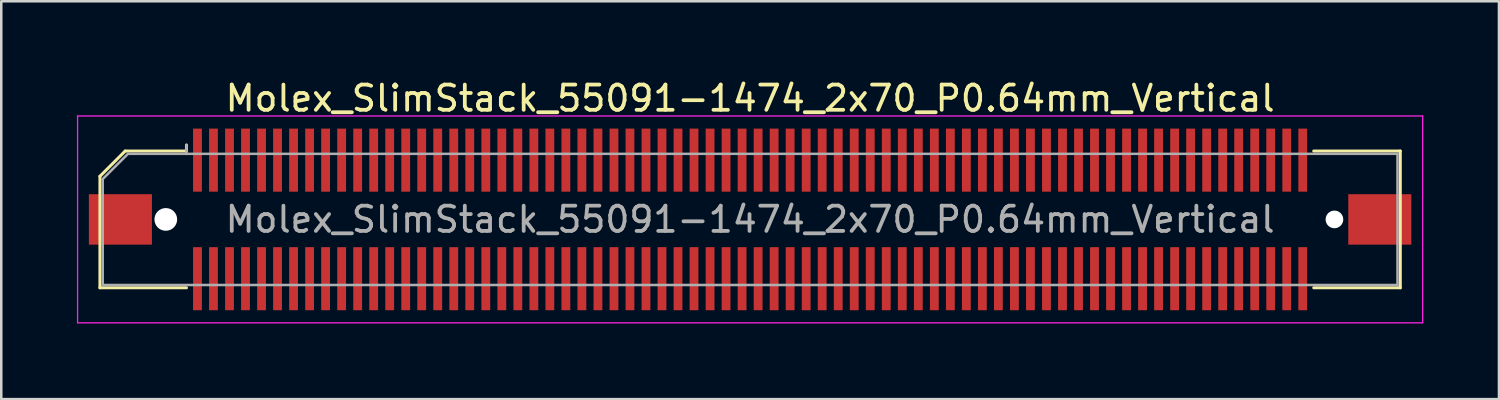
<source format=kicad_pcb>
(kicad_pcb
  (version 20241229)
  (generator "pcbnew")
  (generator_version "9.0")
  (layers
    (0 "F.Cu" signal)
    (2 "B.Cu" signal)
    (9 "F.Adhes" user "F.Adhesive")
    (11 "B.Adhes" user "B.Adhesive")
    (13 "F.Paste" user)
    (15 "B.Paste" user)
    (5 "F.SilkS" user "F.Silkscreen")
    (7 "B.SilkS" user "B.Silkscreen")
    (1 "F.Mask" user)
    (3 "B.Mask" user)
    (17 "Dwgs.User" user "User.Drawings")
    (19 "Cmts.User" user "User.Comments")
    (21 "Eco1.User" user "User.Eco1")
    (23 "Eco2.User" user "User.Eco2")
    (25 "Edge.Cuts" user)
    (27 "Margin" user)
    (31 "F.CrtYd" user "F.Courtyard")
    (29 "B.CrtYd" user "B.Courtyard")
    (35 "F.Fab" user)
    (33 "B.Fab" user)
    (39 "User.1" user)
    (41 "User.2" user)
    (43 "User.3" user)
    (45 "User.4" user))
  (footprint "Molex_SlimStack_55091-1474_2x70_P0.64mm_Vertical"
    (layer "F.Cu")
    (at 26.685 5.648)
    (property "Reference" "Molex_SlimStack_55091-1474_2x70_P0.64mm_Vertical" (at 0 -4.8 0) (layer "F.SilkS") (effects (font (size 1 1) (thickness 0.15))))
    (attr smd)
    (fp_line (start -25.773 -1.71) (end -24.773 -2.71) (stroke (width 0.12) (type solid)) (layer "F.SilkS"))
    (fp_line (start -25.773 2.71) (end -25.773 -1.71) (stroke (width 0.12) (type solid)) (layer "F.SilkS"))
    (fp_line (start -24.773 -2.71) (end -22.343 -2.71) (stroke (width 0.12) (type solid)) (layer "F.SilkS"))
    (fp_line (start -22.343 -2.71) (end -22.343 -2.95) (stroke (width 0.12) (type solid)) (layer "F.SilkS"))
    (fp_line (start -22.343 2.71) (end -25.773 2.71) (stroke (width 0.12) (type solid)) (layer "F.SilkS"))
    (fp_line (start 22.343 2.71) (end 25.773 2.71) (stroke (width 0.12) (type solid)) (layer "F.SilkS"))
    (fp_line (start 25.773 -2.71) (end 22.343 -2.71) (stroke (width 0.12) (type solid)) (layer "F.SilkS"))
    (fp_line (start 25.773 2.71) (end 25.773 -2.71) (stroke (width 0.12) (type solid)) (layer "F.SilkS"))
    (fp_line (start -26.66 -4.1) (end -26.66 4.1) (stroke (width 0.05) (type solid)) (layer "F.CrtYd"))
    (fp_line (start -26.66 4.1) (end 26.66 4.1) (stroke (width 0.05) (type solid)) (layer "F.CrtYd"))
    (fp_line (start 26.66 -4.1) (end -26.66 -4.1) (stroke (width 0.05) (type solid)) (layer "F.CrtYd"))
    (fp_line (start 26.66 4.1) (end 26.66 -4.1) (stroke (width 0.05) (type solid)) (layer "F.CrtYd"))
    (fp_line (start -25.663 -1.6) (end -24.663 -2.6) (stroke (width 0.1) (type solid)) (layer "F.Fab"))
    (fp_line (start -25.663 2.6) (end -25.663 -1.6) (stroke (width 0.1) (type solid)) (layer "F.Fab"))
    (fp_line (start -24.663 -2.6) (end 25.663 -2.6) (stroke (width 0.1) (type solid)) (layer "F.Fab"))
    (fp_line (start -22.343 -2.6) (end -22.343 -2.95) (stroke (width 0.1) (type solid)) (layer "F.Fab"))
    (fp_line (start 25.663 -2.6) (end 25.663 2.6) (stroke (width 0.1) (type solid)) (layer "F.Fab"))
    (fp_line (start 25.663 2.6) (end -25.663 2.6) (stroke (width 0.1) (type solid)) (layer "F.Fab"))
    (fp_text user "${REFERENCE}" (at 0 0 0) (layer "F.Fab") (effects (font (size 1 1) (thickness 0.15))))
    (pad "" smd rect (at -24.962 0) (size 2.5 2) (layers "F.Cu" "F.Mask" "F.Paste"))
    (pad "" np_thru_hole circle (at -23.163 0) (size 0.9 0.9) (drill 0.9) (layers "*.Cu" "*.Mask"))
    (pad "" np_thru_hole circle (at 23.163 0) (size 0.7 0.7) (drill 0.7) (layers "*.Cu" "*.Mask"))
    (pad "" smd rect (at 24.962 0) (size 2.5 2) (layers "F.Cu" "F.Mask" "F.Paste"))
    (pad "1" smd rect (at -21.907 -2.35) (size 0.35 2.5) (layers "F.Cu" "F.Mask" "F.Paste"))
    (pad "2" smd rect (at -21.907 2.35) (size 0.35 2.5) (layers "F.Cu" "F.Mask" "F.Paste"))
    (pad "3" smd rect (at -21.273 -2.35) (size 0.35 2.5) (layers "F.Cu" "F.Mask" "F.Paste"))
    (pad "4" smd rect (at -21.273 2.35) (size 0.35 2.5) (layers "F.Cu" "F.Mask" "F.Paste"))
    (pad "5" smd rect (at -20.637 -2.35) (size 0.35 2.5) (layers "F.Cu" "F.Mask" "F.Paste"))
    (pad "6" smd rect (at -20.637 2.35) (size 0.35 2.5) (layers "F.Cu" "F.Mask" "F.Paste"))
    (pad "7" smd rect (at -20.003 -2.35) (size 0.35 2.5) (layers "F.Cu" "F.Mask" "F.Paste"))
    (pad "8" smd rect (at -20.003 2.35) (size 0.35 2.5) (layers "F.Cu" "F.Mask" "F.Paste"))
    (pad "9" smd rect (at -19.367 -2.35) (size 0.35 2.5) (layers "F.Cu" "F.Mask" "F.Paste"))
    (pad "10" smd rect (at -19.367 2.35) (size 0.35 2.5) (layers "F.Cu" "F.Mask" "F.Paste"))
    (pad "11" smd rect (at -18.733 -2.35) (size 0.35 2.5) (layers "F.Cu" "F.Mask" "F.Paste"))
    (pad "12" smd rect (at -18.733 2.35) (size 0.35 2.5) (layers "F.Cu" "F.Mask" "F.Paste"))
    (pad "13" smd rect (at -18.098 -2.35) (size 0.35 2.5) (layers "F.Cu" "F.Mask" "F.Paste"))
    (pad "14" smd rect (at -18.098 2.35) (size 0.35 2.5) (layers "F.Cu" "F.Mask" "F.Paste"))
    (pad "15" smd rect (at -17.462 -2.35) (size 0.35 2.5) (layers "F.Cu" "F.Mask" "F.Paste"))
    (pad "16" smd rect (at -17.462 2.35) (size 0.35 2.5) (layers "F.Cu" "F.Mask" "F.Paste"))
    (pad "17" smd rect (at -16.828 -2.35) (size 0.35 2.5) (layers "F.Cu" "F.Mask" "F.Paste"))
    (pad "18" smd rect (at -16.828 2.35) (size 0.35 2.5) (layers "F.Cu" "F.Mask" "F.Paste"))
    (pad "19" smd rect (at -16.192 -2.35) (size 0.35 2.5) (layers "F.Cu" "F.Mask" "F.Paste"))
    (pad "20" smd rect (at -16.192 2.35) (size 0.35 2.5) (layers "F.Cu" "F.Mask" "F.Paste"))
    (pad "21" smd rect (at -15.557 -2.35) (size 0.35 2.5) (layers "F.Cu" "F.Mask" "F.Paste"))
    (pad "22" smd rect (at -15.557 2.35) (size 0.35 2.5) (layers "F.Cu" "F.Mask" "F.Paste"))
    (pad "23" smd rect (at -14.922 -2.35) (size 0.35 2.5) (layers "F.Cu" "F.Mask" "F.Paste"))
    (pad "24" smd rect (at -14.922 2.35) (size 0.35 2.5) (layers "F.Cu" "F.Mask" "F.Paste"))
    (pad "25" smd rect (at -14.287 -2.35) (size 0.35 2.5) (layers "F.Cu" "F.Mask" "F.Paste"))
    (pad "26" smd rect (at -14.287 2.35) (size 0.35 2.5) (layers "F.Cu" "F.Mask" "F.Paste"))
    (pad "27" smd rect (at -13.652 -2.35) (size 0.35 2.5) (layers "F.Cu" "F.Mask" "F.Paste"))
    (pad "28" smd rect (at -13.652 2.35) (size 0.35 2.5) (layers "F.Cu" "F.Mask" "F.Paste"))
    (pad "29" smd rect (at -13.018 -2.35) (size 0.35 2.5) (layers "F.Cu" "F.Mask" "F.Paste"))
    (pad "30" smd rect (at -13.018 2.35) (size 0.35 2.5) (layers "F.Cu" "F.Mask" "F.Paste"))
    (pad "31" smd rect (at -12.383 -2.35) (size 0.35 2.5) (layers "F.Cu" "F.Mask" "F.Paste"))
    (pad "32" smd rect (at -12.383 2.35) (size 0.35 2.5) (layers "F.Cu" "F.Mask" "F.Paste"))
    (pad "33" smd rect (at -11.748 -2.35) (size 0.35 2.5) (layers "F.Cu" "F.Mask" "F.Paste"))
    (pad "34" smd rect (at -11.748 2.35) (size 0.35 2.5) (layers "F.Cu" "F.Mask" "F.Paste"))
    (pad "35" smd rect (at -11.113 -2.35) (size 0.35 2.5) (layers "F.Cu" "F.Mask" "F.Paste"))
    (pad "36" smd rect (at -11.113 2.35) (size 0.35 2.5) (layers "F.Cu" "F.Mask" "F.Paste"))
    (pad "37" smd rect (at -10.477 -2.35) (size 0.35 2.5) (layers "F.Cu" "F.Mask" "F.Paste"))
    (pad "38" smd rect (at -10.477 2.35) (size 0.35 2.5) (layers "F.Cu" "F.Mask" "F.Paste"))
    (pad "39" smd rect (at -9.842 -2.35) (size 0.35 2.5) (layers "F.Cu" "F.Mask" "F.Paste"))
    (pad "40" smd rect (at -9.842 2.35) (size 0.35 2.5) (layers "F.Cu" "F.Mask" "F.Paste"))
    (pad "41" smd rect (at -9.207 -2.35) (size 0.35 2.5) (layers "F.Cu" "F.Mask" "F.Paste"))
    (pad "42" smd rect (at -9.207 2.35) (size 0.35 2.5) (layers "F.Cu" "F.Mask" "F.Paste"))
    (pad "43" smd rect (at -8.572 -2.35) (size 0.35 2.5) (layers "F.Cu" "F.Mask" "F.Paste"))
    (pad "44" smd rect (at -8.572 2.35) (size 0.35 2.5) (layers "F.Cu" "F.Mask" "F.Paste"))
    (pad "45" smd rect (at -7.938 -2.35) (size 0.35 2.5) (layers "F.Cu" "F.Mask" "F.Paste"))
    (pad "46" smd rect (at -7.938 2.35) (size 0.35 2.5) (layers "F.Cu" "F.Mask" "F.Paste"))
    (pad "47" smd rect (at -7.303 -2.35) (size 0.35 2.5) (layers "F.Cu" "F.Mask" "F.Paste"))
    (pad "48" smd rect (at -7.303 2.35) (size 0.35 2.5) (layers "F.Cu" "F.Mask" "F.Paste"))
    (pad "49" smd rect (at -6.668 -2.35) (size 0.35 2.5) (layers "F.Cu" "F.Mask" "F.Paste"))
    (pad "50" smd rect (at -6.668 2.35) (size 0.35 2.5) (layers "F.Cu" "F.Mask" "F.Paste"))
    (pad "51" smd rect (at -6.032 -2.35) (size 0.35 2.5) (layers "F.Cu" "F.Mask" "F.Paste"))
    (pad "52" smd rect (at -6.032 2.35) (size 0.35 2.5) (layers "F.Cu" "F.Mask" "F.Paste"))
    (pad "53" smd rect (at -5.397 -2.35) (size 0.35 2.5) (layers "F.Cu" "F.Mask" "F.Paste"))
    (pad "54" smd rect (at -5.397 2.35) (size 0.35 2.5) (layers "F.Cu" "F.Mask" "F.Paste"))
    (pad "55" smd rect (at -4.763 -2.35) (size 0.35 2.5) (layers "F.Cu" "F.Mask" "F.Paste"))
    (pad "56" smd rect (at -4.763 2.35) (size 0.35 2.5) (layers "F.Cu" "F.Mask" "F.Paste"))
    (pad "57" smd rect (at -4.128 -2.35) (size 0.35 2.5) (layers "F.Cu" "F.Mask" "F.Paste"))
    (pad "58" smd rect (at -4.128 2.35) (size 0.35 2.5) (layers "F.Cu" "F.Mask" "F.Paste"))
    (pad "59" smd rect (at -3.493 -2.35) (size 0.35 2.5) (layers "F.Cu" "F.Mask" "F.Paste"))
    (pad "60" smd rect (at -3.493 2.35) (size 0.35 2.5) (layers "F.Cu" "F.Mask" "F.Paste"))
    (pad "61" smd rect (at -2.857 -2.35) (size 0.35 2.5) (layers "F.Cu" "F.Mask" "F.Paste"))
    (pad "62" smd rect (at -2.857 2.35) (size 0.35 2.5) (layers "F.Cu" "F.Mask" "F.Paste"))
    (pad "63" smd rect (at -2.223 -2.35) (size 0.35 2.5) (layers "F.Cu" "F.Mask" "F.Paste"))
    (pad "64" smd rect (at -2.223 2.35) (size 0.35 2.5) (layers "F.Cu" "F.Mask" "F.Paste"))
    (pad "65" smd rect (at -1.587 -2.35) (size 0.35 2.5) (layers "F.Cu" "F.Mask" "F.Paste"))
    (pad "66" smd rect (at -1.587 2.35) (size 0.35 2.5) (layers "F.Cu" "F.Mask" "F.Paste"))
    (pad "67" smd rect (at -0.953 -2.35) (size 0.35 2.5) (layers "F.Cu" "F.Mask" "F.Paste"))
    (pad "68" smd rect (at -0.953 2.35) (size 0.35 2.5) (layers "F.Cu" "F.Mask" "F.Paste"))
    (pad "69" smd rect (at -0.318 -2.35) (size 0.35 2.5) (layers "F.Cu" "F.Mask" "F.Paste"))
    (pad "70" smd rect (at -0.318 2.35) (size 0.35 2.5) (layers "F.Cu" "F.Mask" "F.Paste"))
    (pad "71" smd rect (at 0.318 -2.35) (size 0.35 2.5) (layers "F.Cu" "F.Mask" "F.Paste"))
    (pad "72" smd rect (at 0.318 2.35) (size 0.35 2.5) (layers "F.Cu" "F.Mask" "F.Paste"))
    (pad "73" smd rect (at 0.953 -2.35) (size 0.35 2.5) (layers "F.Cu" "F.Mask" "F.Paste"))
    (pad "74" smd rect (at 0.953 2.35) (size 0.35 2.5) (layers "F.Cu" "F.Mask" "F.Paste"))
    (pad "75" smd rect (at 1.587 -2.35) (size 0.35 2.5) (layers "F.Cu" "F.Mask" "F.Paste"))
    (pad "76" smd rect (at 1.587 2.35) (size 0.35 2.5) (layers "F.Cu" "F.Mask" "F.Paste"))
    (pad "77" smd rect (at 2.223 -2.35) (size 0.35 2.5) (layers "F.Cu" "F.Mask" "F.Paste"))
    (pad "78" smd rect (at 2.223 2.35) (size 0.35 2.5) (layers "F.Cu" "F.Mask" "F.Paste"))
    (pad "79" smd rect (at 2.857 -2.35) (size 0.35 2.5) (layers "F.Cu" "F.Mask" "F.Paste"))
    (pad "80" smd rect (at 2.857 2.35) (size 0.35 2.5) (layers "F.Cu" "F.Mask" "F.Paste"))
    (pad "81" smd rect (at 3.493 -2.35) (size 0.35 2.5) (layers "F.Cu" "F.Mask" "F.Paste"))
    (pad "82" smd rect (at 3.493 2.35) (size 0.35 2.5) (layers "F.Cu" "F.Mask" "F.Paste"))
    (pad "83" smd rect (at 4.128 -2.35) (size 0.35 2.5) (layers "F.Cu" "F.Mask" "F.Paste"))
    (pad "84" smd rect (at 4.128 2.35) (size 0.35 2.5) (layers "F.Cu" "F.Mask" "F.Paste"))
    (pad "85" smd rect (at 4.763 -2.35) (size 0.35 2.5) (layers "F.Cu" "F.Mask" "F.Paste"))
    (pad "86" smd rect (at 4.763 2.35) (size 0.35 2.5) (layers "F.Cu" "F.Mask" "F.Paste"))
    (pad "87" smd rect (at 5.397 -2.35) (size 0.35 2.5) (layers "F.Cu" "F.Mask" "F.Paste"))
    (pad "88" smd rect (at 5.397 2.35) (size 0.35 2.5) (layers "F.Cu" "F.Mask" "F.Paste"))
    (pad "89" smd rect (at 6.032 -2.35) (size 0.35 2.5) (layers "F.Cu" "F.Mask" "F.Paste"))
    (pad "90" smd rect (at 6.032 2.35) (size 0.35 2.5) (layers "F.Cu" "F.Mask" "F.Paste"))
    (pad "91" smd rect (at 6.668 -2.35) (size 0.35 2.5) (layers "F.Cu" "F.Mask" "F.Paste"))
    (pad "92" smd rect (at 6.668 2.35) (size 0.35 2.5) (layers "F.Cu" "F.Mask" "F.Paste"))
    (pad "93" smd rect (at 7.303 -2.35) (size 0.35 2.5) (layers "F.Cu" "F.Mask" "F.Paste"))
    (pad "94" smd rect (at 7.303 2.35) (size 0.35 2.5) (layers "F.Cu" "F.Mask" "F.Paste"))
    (pad "95" smd rect (at 7.938 -2.35) (size 0.35 2.5) (layers "F.Cu" "F.Mask" "F.Paste"))
    (pad "96" smd rect (at 7.938 2.35) (size 0.35 2.5) (layers "F.Cu" "F.Mask" "F.Paste"))
    (pad "97" smd rect (at 8.572 -2.35) (size 0.35 2.5) (layers "F.Cu" "F.Mask" "F.Paste"))
    (pad "98" smd rect (at 8.572 2.35) (size 0.35 2.5) (layers "F.Cu" "F.Mask" "F.Paste"))
    (pad "99" smd rect (at 9.207 -2.35) (size 0.35 2.5) (layers "F.Cu" "F.Mask" "F.Paste"))
    (pad "100" smd rect (at 9.207 2.35) (size 0.35 2.5) (layers "F.Cu" "F.Mask" "F.Paste"))
    (pad "101" smd rect (at 9.842 -2.35) (size 0.35 2.5) (layers "F.Cu" "F.Mask" "F.Paste"))
    (pad "102" smd rect (at 9.842 2.35) (size 0.35 2.5) (layers "F.Cu" "F.Mask" "F.Paste"))
    (pad "103" smd rect (at 10.477 -2.35) (size 0.35 2.5) (layers "F.Cu" "F.Mask" "F.Paste"))
    (pad "104" smd rect (at 10.477 2.35) (size 0.35 2.5) (layers "F.Cu" "F.Mask" "F.Paste"))
    (pad "105" smd rect (at 11.113 -2.35) (size 0.35 2.5) (layers "F.Cu" "F.Mask" "F.Paste"))
    (pad "106" smd rect (at 11.113 2.35) (size 0.35 2.5) (layers "F.Cu" "F.Mask" "F.Paste"))
    (pad "107" smd rect (at 11.748 -2.35) (size 0.35 2.5) (layers "F.Cu" "F.Mask" "F.Paste"))
    (pad "108" smd rect (at 11.748 2.35) (size 0.35 2.5) (layers "F.Cu" "F.Mask" "F.Paste"))
    (pad "109" smd rect (at 12.383 -2.35) (size 0.35 2.5) (layers "F.Cu" "F.Mask" "F.Paste"))
    (pad "110" smd rect (at 12.383 2.35) (size 0.35 2.5) (layers "F.Cu" "F.Mask" "F.Paste"))
    (pad "111" smd rect (at 13.018 -2.35) (size 0.35 2.5) (layers "F.Cu" "F.Mask" "F.Paste"))
    (pad "112" smd rect (at 13.018 2.35) (size 0.35 2.5) (layers "F.Cu" "F.Mask" "F.Paste"))
    (pad "113" smd rect (at 13.652 -2.35) (size 0.35 2.5) (layers "F.Cu" "F.Mask" "F.Paste"))
    (pad "114" smd rect (at 13.652 2.35) (size 0.35 2.5) (layers "F.Cu" "F.Mask" "F.Paste"))
    (pad "115" smd rect (at 14.287 -2.35) (size 0.35 2.5) (layers "F.Cu" "F.Mask" "F.Paste"))
    (pad "116" smd rect (at 14.287 2.35) (size 0.35 2.5) (layers "F.Cu" "F.Mask" "F.Paste"))
    (pad "117" smd rect (at 14.922 -2.35) (size 0.35 2.5) (layers "F.Cu" "F.Mask" "F.Paste"))
    (pad "118" smd rect (at 14.922 2.35) (size 0.35 2.5) (layers "F.Cu" "F.Mask" "F.Paste"))
    (pad "119" smd rect (at 15.557 -2.35) (size 0.35 2.5) (layers "F.Cu" "F.Mask" "F.Paste"))
    (pad "120" smd rect (at 15.557 2.35) (size 0.35 2.5) (layers "F.Cu" "F.Mask" "F.Paste"))
    (pad "121" smd rect (at 16.192 -2.35) (size 0.35 2.5) (layers "F.Cu" "F.Mask" "F.Paste"))
    (pad "122" smd rect (at 16.192 2.35) (size 0.35 2.5) (layers "F.Cu" "F.Mask" "F.Paste"))
    (pad "123" smd rect (at 16.828 -2.35) (size 0.35 2.5) (layers "F.Cu" "F.Mask" "F.Paste"))
    (pad "124" smd rect (at 16.828 2.35) (size 0.35 2.5) (layers "F.Cu" "F.Mask" "F.Paste"))
    (pad "125" smd rect (at 17.462 -2.35) (size 0.35 2.5) (layers "F.Cu" "F.Mask" "F.Paste"))
    (pad "126" smd rect (at 17.462 2.35) (size 0.35 2.5) (layers "F.Cu" "F.Mask" "F.Paste"))
    (pad "127" smd rect (at 18.098 -2.35) (size 0.35 2.5) (layers "F.Cu" "F.Mask" "F.Paste"))
    (pad "128" smd rect (at 18.098 2.35) (size 0.35 2.5) (layers "F.Cu" "F.Mask" "F.Paste"))
    (pad "129" smd rect (at 18.733 -2.35) (size 0.35 2.5) (layers "F.Cu" "F.Mask" "F.Paste"))
    (pad "130" smd rect (at 18.733 2.35) (size 0.35 2.5) (layers "F.Cu" "F.Mask" "F.Paste"))
    (pad "131" smd rect (at 19.367 -2.35) (size 0.35 2.5) (layers "F.Cu" "F.Mask" "F.Paste"))
    (pad "132" smd rect (at 19.367 2.35) (size 0.35 2.5) (layers "F.Cu" "F.Mask" "F.Paste"))
    (pad "133" smd rect (at 20.003 -2.35) (size 0.35 2.5) (layers "F.Cu" "F.Mask" "F.Paste"))
    (pad "134" smd rect (at 20.003 2.35) (size 0.35 2.5) (layers "F.Cu" "F.Mask" "F.Paste"))
    (pad "135" smd rect (at 20.637 -2.35) (size 0.35 2.5) (layers "F.Cu" "F.Mask" "F.Paste"))
    (pad "136" smd rect (at 20.637 2.35) (size 0.35 2.5) (layers "F.Cu" "F.Mask" "F.Paste"))
    (pad "137" smd rect (at 21.273 -2.35) (size 0.35 2.5) (layers "F.Cu" "F.Mask" "F.Paste"))
    (pad "138" smd rect (at 21.273 2.35) (size 0.35 2.5) (layers "F.Cu" "F.Mask" "F.Paste"))
    (pad "139" smd rect (at 21.907 -2.35) (size 0.35 2.5) (layers "F.Cu" "F.Mask" "F.Paste"))
    (pad "140" smd rect (at 21.907 2.35) (size 0.35 2.5) (layers "F.Cu" "F.Mask" "F.Paste")))
  (gr_rect
    (start -3 -3)
    (end 56.37 12.773)
    (stroke (width 0.1) (type default))
    (fill no)
    (layer "Edge.Cuts")))
</source>
